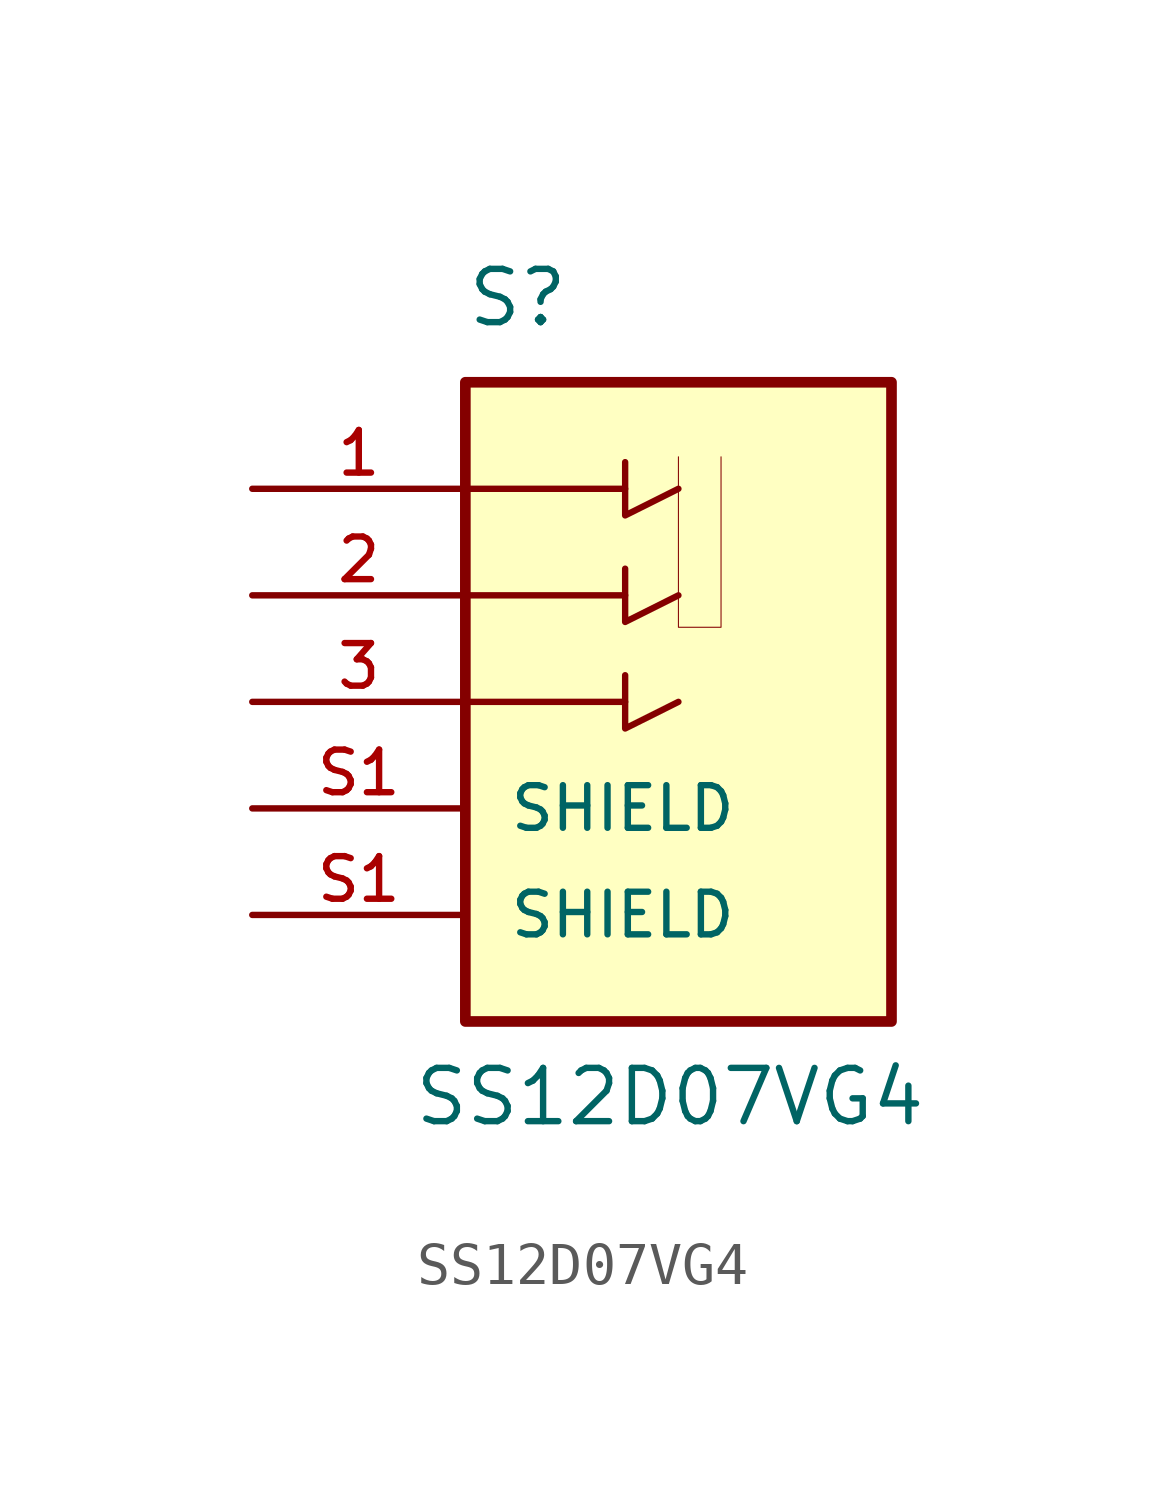
<source format=kicad_sym>
(kicad_symbol_lib
  (version 20211014)
  (generator kicad_symbol_editor)
  (symbol "SS12D07VG4"
    (pin_names
      (offset 1.016))
    (property "Reference" "S"
      (at -5.08 8.89 0)
      (effects (font (size 1.27 1.27)) (justify left bottom)))
    (property "Value" "SS12D07VG4"
      (at -6.35 -10.16 0)
      (effects (font (size 1.27 1.27)) (justify left bottom)))
    (property "ki_locked" ""
      (at 0 0 0)
      (effects (font (size 1.27 1.27))))
    (symbol "SS12D07VG4_0_0"
      (rectangle (start -5.08 -7.62) (end 5.08 7.62) (stroke (width 0.254) (type default) (color 0 0 0 0)) (fill (type background)))
      (polyline (pts (xy -5.08 0) (xy -1.27 0)) (stroke (width 0.152) (type default) (color 0 0 0 0)) (fill (type none)))
      (polyline (pts (xy -5.08 2.54) (xy -1.27 2.54)) (stroke (width 0.152) (type default) (color 0 0 0 0)) (fill (type none)))
      (polyline (pts (xy -5.08 5.08) (xy -1.27 5.08)) (stroke (width 0.152) (type default) (color 0 0 0 0)) (fill (type none)))
      (polyline (pts (xy -1.27 0.635) (xy -1.27 -0.635) (xy 0 0)) (stroke (width 0.152) (type default) (color 0 0 0 0)) (fill (type background)))
      (polyline (pts (xy -1.27 3.175) (xy -1.27 1.905) (xy 0 2.54)) (stroke (width 0.152) (type default) (color 0 0 0 0)) (fill (type background)))
      (polyline (pts (xy -1.27 5.715) (xy -1.27 4.445) (xy 0 5.08)) (stroke (width 0.152) (type default) (color 0 0 0 0)) (fill (type background)))
      (polyline (pts (xy 0 5.842) (xy 0 1.778) (xy 1.016 1.778) (xy 1.016 5.842)) (stroke (width 0.025) (type default) (color 0 0 0 0)) (fill (type background)))
      (pin passive line (at -10.16 5.08 0) (length 5.08) (name "~" (effects (font (size 1.016 1.016)))) (number "1" (effects (font (size 1.016 1.016)))))
      (pin passive line (at -10.16 2.54 0) (length 5.08) (name "~" (effects (font (size 1.016 1.016)))) (number "2" (effects (font (size 1.016 1.016)))))
      (pin passive line (at -10.16 0 0) (length 5.08) (name "~" (effects (font (size 1.016 1.016)))) (number "3" (effects (font (size 1.016 1.016)))))
      (pin passive line (at -10.16 -5.08 0) (length 5.08) (name "SHIELD" (effects (font (size 1.016 1.016)))) (number "S1" (effects (font (size 1.016 1.016)))))
      (pin passive line (at -10.16 -2.54 0) (length 5.08) (name "SHIELD" (effects (font (size 1.016 1.016)))) (number "S1" (effects (font (size 1.016 1.016))))))))
</source>
